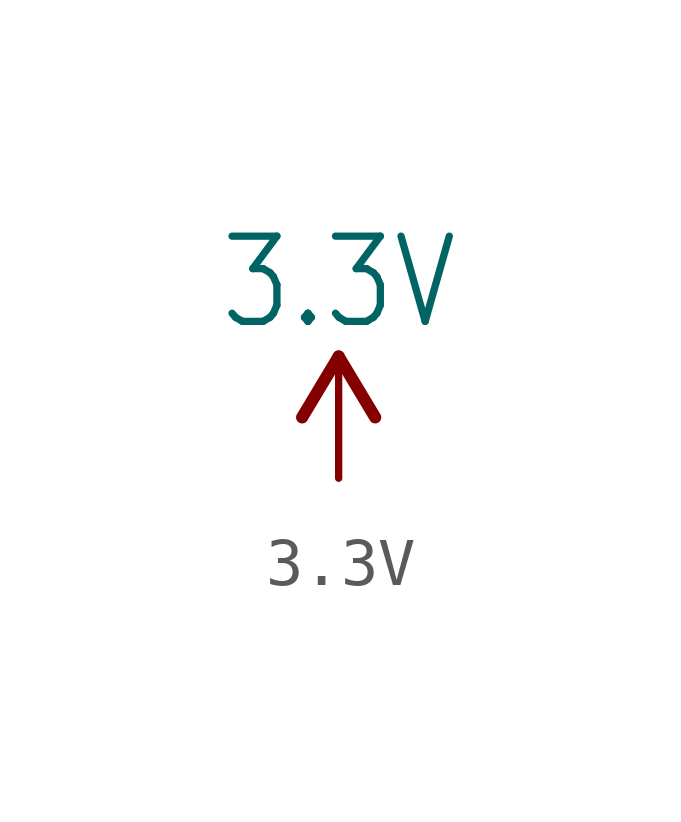
<source format=kicad_sym>
(kicad_symbol_lib
  (version 20211014)
  (generator kicad_symbol_editor)
  (symbol "3.3V"
    (power)
    (property "Reference" "#P+"
      (at 0 0 0)
      (effects (font (size 1.27 1.27)) hide))
    (property "Value" "3.3V"
      (at -2.54 3.048 0)
      (effects (font (size 1.778 1.511)) (justify left bottom)))
    (property "ki_locked" ""
      (at 0 0 0)
      (effects (font (size 1.27 1.27))))
    (symbol "3.3V_1_0"
      (polyline (pts (xy 0 2.54) (xy -0.762 1.27)) (stroke (width 0.254) (type default) (color 0 0 0 0)) (fill (type none)))
      (polyline (pts (xy 0.762 1.27) (xy 0 2.54)) (stroke (width 0.254) (type default) (color 0 0 0 0)) (fill (type none)))
      (pin power_in line (at 0 0 90) (length 2.54) (name "3.3V" (effects (font (size 0 0)))) (number "1" (effects (font (size 0 0))))))))
</source>
